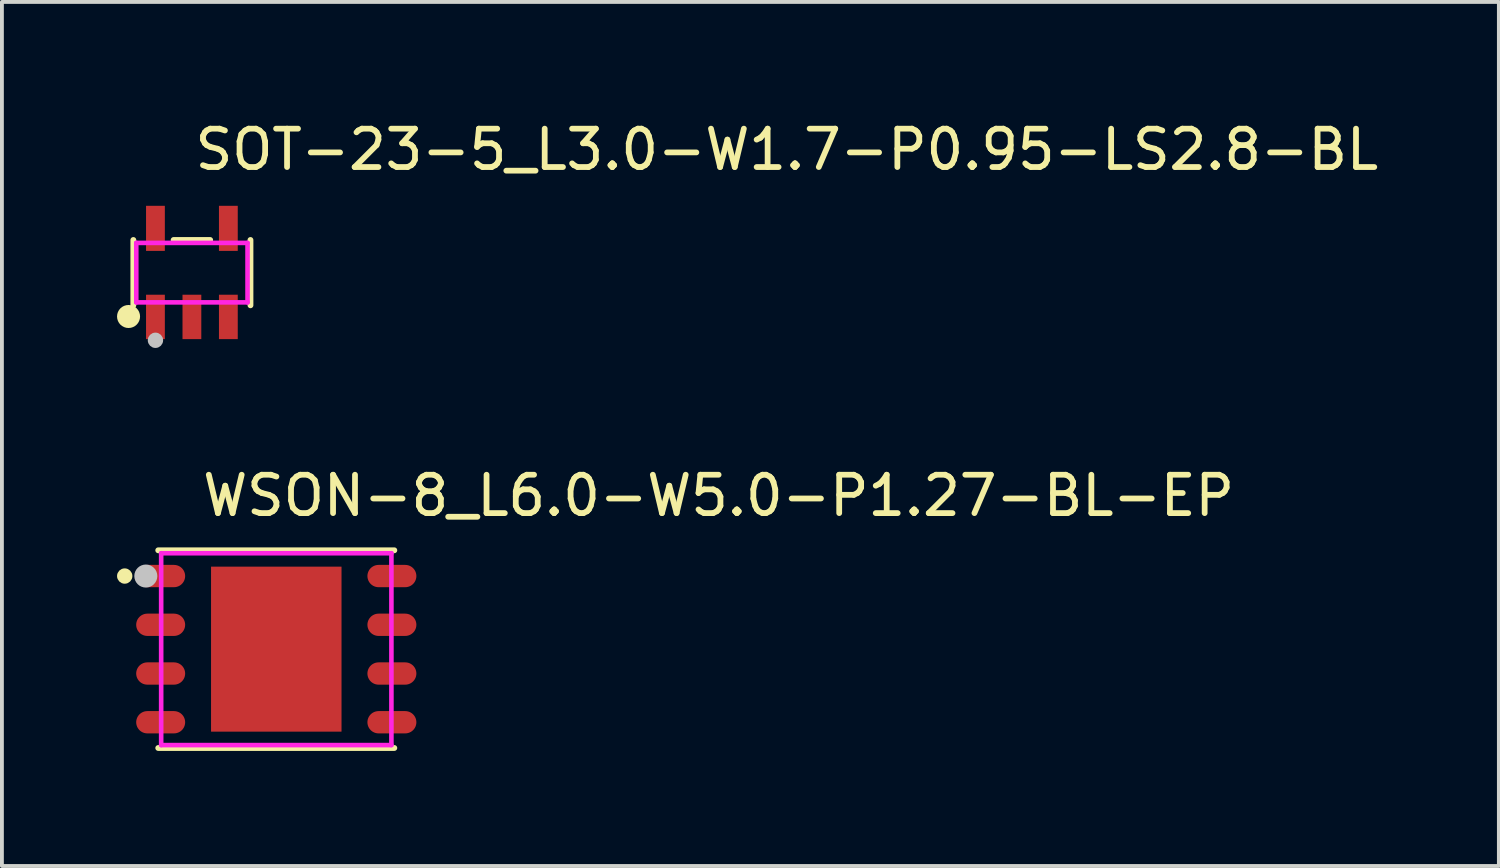
<source format=kicad_pcb>
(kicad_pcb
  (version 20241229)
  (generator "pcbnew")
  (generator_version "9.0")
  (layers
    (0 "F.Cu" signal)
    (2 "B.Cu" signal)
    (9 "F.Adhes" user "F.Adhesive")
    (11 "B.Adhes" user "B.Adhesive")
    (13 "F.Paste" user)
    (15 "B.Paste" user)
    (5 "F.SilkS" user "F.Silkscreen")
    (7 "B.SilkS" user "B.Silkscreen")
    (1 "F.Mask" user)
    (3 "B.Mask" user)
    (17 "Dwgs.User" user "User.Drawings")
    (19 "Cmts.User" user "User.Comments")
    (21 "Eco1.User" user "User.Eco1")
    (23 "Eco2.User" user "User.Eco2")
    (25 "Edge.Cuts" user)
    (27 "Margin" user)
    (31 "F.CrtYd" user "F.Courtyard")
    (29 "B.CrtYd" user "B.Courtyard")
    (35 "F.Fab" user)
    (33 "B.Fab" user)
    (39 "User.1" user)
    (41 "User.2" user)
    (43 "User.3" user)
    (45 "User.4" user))
  (footprint "SOT-23-5_L3.0-W1.7-P0.95-LS2.8-BL"
    (layer "F.Cu")
    (at 1.951 4.055)
    (property "Reference" "SOT-23-5_L3.0-W1.7-P0.95-LS2.8-BL" (at 0 -3.207 0) (layer "F.SilkS") (effects (font (size 1 1) (thickness 0.15)) (justify left)))
    (attr through_hole)
    (fp_line (start -1.526 0.851) (end -1.526 -0.851) (stroke (width 0.152) (type solid)) (layer "F.SilkS"))
    (fp_line (start 0.476 -0.851) (end -0.476 -0.851) (stroke (width 0.152) (type solid)) (layer "F.SilkS"))
    (fp_line (start 1.526 0.851) (end 1.526 -0.851) (stroke (width 0.152) (type solid)) (layer "F.SilkS"))
    (fp_circle (center -1.651 1.143) (end -1.501 1.143) (stroke (width 0.3) (type solid)) (fill no) (layer "F.SilkS"))
    (fp_circle (center -0.95 1.763) (end -0.85 1.763) (stroke (width 0.2) (type solid)) (fill no) (layer "Dwgs.User"))
    (fp_line (start -1.125 -1.01) (end -0.775 -1.01) (stroke (width 0.12) (type solid)) (layer "Eco2.User"))
    (fp_line (start -1.125 -0.74) (end -1.125 -1.01) (stroke (width 0.12) (type solid)) (layer "Eco2.User"))
    (fp_line (start -1.125 0.74) (end -0.775 0.74) (stroke (width 0.12) (type solid)) (layer "Eco2.User"))
    (fp_line (start -1.125 1.01) (end -1.125 0.74) (stroke (width 0.12) (type solid)) (layer "Eco2.User"))
    (fp_line (start -0.775 -1.01) (end -0.775 -0.74) (stroke (width 0.12) (type solid)) (layer "Eco2.User"))
    (fp_line (start -0.775 -0.74) (end -1.125 -0.74) (stroke (width 0.12) (type solid)) (layer "Eco2.User"))
    (fp_line (start -0.775 0.74) (end -0.775 1.01) (stroke (width 0.12) (type solid)) (layer "Eco2.User"))
    (fp_line (start -0.775 1.01) (end -1.125 1.01) (stroke (width 0.12) (type solid)) (layer "Eco2.User"))
    (fp_line (start -0.175 0.74) (end 0.175 0.74) (stroke (width 0.12) (type solid)) (layer "Eco2.User"))
    (fp_line (start -0.175 1.01) (end -0.175 0.74) (stroke (width 0.12) (type solid)) (layer "Eco2.User"))
    (fp_line (start 0.175 0.74) (end 0.175 1.01) (stroke (width 0.12) (type solid)) (layer "Eco2.User"))
    (fp_line (start 0.175 1.01) (end -0.175 1.01) (stroke (width 0.12) (type solid)) (layer "Eco2.User"))
    (fp_line (start 0.775 -1.01) (end 1.125 -1.01) (stroke (width 0.12) (type solid)) (layer "Eco2.User"))
    (fp_line (start 0.775 -0.74) (end 0.775 -1.01) (stroke (width 0.12) (type solid)) (layer "Eco2.User"))
    (fp_line (start 0.775 0.74) (end 1.125 0.74) (stroke (width 0.12) (type solid)) (layer "Eco2.User"))
    (fp_line (start 0.775 1.01) (end 0.775 0.74) (stroke (width 0.12) (type solid)) (layer "Eco2.User"))
    (fp_line (start 1.125 -1.01) (end 1.125 -0.74) (stroke (width 0.12) (type solid)) (layer "Eco2.User"))
    (fp_line (start 1.125 -0.74) (end 0.775 -0.74) (stroke (width 0.12) (type solid)) (layer "Eco2.User"))
    (fp_line (start 1.125 0.74) (end 1.125 1.01) (stroke (width 0.12) (type solid)) (layer "Eco2.User"))
    (fp_line (start 1.125 1.01) (end 0.775 1.01) (stroke (width 0.12) (type solid)) (layer "Eco2.User"))
    (fp_circle (center -1.42 1.37) (end -1.39 1.37) (stroke (width 0.06) (type solid)) (fill no) (layer "Eco2.User"))
    (fp_poly (pts (xy -1.125 -1) (xy -1.125 -1.4) (xy -0.775 -1.4) (xy -0.775 -1)) (stroke (width 0.12) (type solid)) (fill no) (layer "Eco2.User"))
    (fp_poly (pts (xy -1.125 1.4) (xy -1.125 1) (xy -0.775 1) (xy -0.775 1.4)) (stroke (width 0.12) (type solid)) (fill no) (layer "Eco2.User"))
    (fp_poly (pts (xy -0.175 1.4) (xy -0.175 1) (xy 0.175 1) (xy 0.175 1.4)) (stroke (width 0.12) (type solid)) (fill no) (layer "Eco2.User"))
    (fp_poly (pts (xy 0.775 -1) (xy 0.775 -1.4) (xy 1.125 -1.4) (xy 1.125 -1)) (stroke (width 0.12) (type solid)) (fill no) (layer "Eco2.User"))
    (fp_poly (pts (xy 0.775 1.4) (xy 0.775 1) (xy 1.125 1) (xy 1.125 1.4)) (stroke (width 0.12) (type solid)) (fill no) (layer "Eco2.User"))
    (fp_line (start -1.45 -0.775) (end 1.45 -0.775) (stroke (width 0.12) (type solid)) (layer "F.CrtYd"))
    (fp_line (start -1.45 0.775) (end -1.45 -0.775) (stroke (width 0.12) (type solid)) (layer "F.CrtYd"))
    (fp_line (start 1.45 -0.775) (end 1.45 0.775) (stroke (width 0.12) (type solid)) (layer "F.CrtYd"))
    (fp_line (start 1.45 0.775) (end -1.45 0.775) (stroke (width 0.12) (type solid)) (layer "F.CrtYd"))
    (pad "1" smd rect (at -0.95 1.154) (size 0.49 1.157) (layers "F.Cu" "F.Mask" "F.Paste"))
    (pad "2" smd rect (at 0 1.154) (size 0.49 1.157) (layers "F.Cu" "F.Mask" "F.Paste"))
    (pad "3" smd rect (at 0.95 1.154) (size 0.49 1.157) (layers "F.Cu" "F.Mask" "F.Paste"))
    (pad "4" smd rect (at 0.95 -1.154) (size 0.49 1.175) (layers "F.Cu" "F.Mask" "F.Paste"))
    (pad "5" smd rect (at -0.95 -1.154) (size 0.49 1.175) (layers "F.Cu" "F.Mask" "F.Paste")))
  (footprint "WSON-8_L6.0-W5.0-P1.27-BL-EP"
    (layer "F.Cu")
    (at 4.15 13.867)
    (property "Reference" "WSON-8_L6.0-W5.0-P1.27-BL-EP" (at -2 -4 180) (layer "F.SilkS") (effects (font (size 1 1) (thickness 0.15)) (justify left)))
    (attr through_hole)
    (fp_line (start -3.076 -2.576) (end 3.076 -2.576) (stroke (width 0.152) (type solid)) (layer "F.SilkS"))
    (fp_line (start 3.076 2.576) (end -3.076 2.576) (stroke (width 0.152) (type solid)) (layer "F.SilkS"))
    (fp_circle (center -3.95 -1.905) (end -3.95 -1.805) (stroke (width 0.2) (type solid)) (fill no) (layer "F.SilkS"))
    (fp_circle (center -3.4 -1.905) (end -3.4 -1.755) (stroke (width 0.3) (type solid)) (fill no) (layer "Dwgs.User"))
    (fp_rect (start -3 -2.112) (end -2.4 -1.698) (stroke (width 0.12) (type solid)) (fill no) (layer "Eco2.User"))
    (fp_rect (start -3 -0.842) (end -2.4 -0.428) (stroke (width 0.12) (type solid)) (fill no) (layer "Eco2.User"))
    (fp_rect (start -3 0.428) (end -2.4 0.842) (stroke (width 0.12) (type solid)) (fill no) (layer "Eco2.User"))
    (fp_rect (start -3 1.698) (end -2.4 2.112) (stroke (width 0.12) (type solid)) (fill no) (layer "Eco2.User"))
    (fp_rect (start 2.4 -2.112) (end 3 -1.698) (stroke (width 0.12) (type solid)) (fill no) (layer "Eco2.User"))
    (fp_rect (start 2.4 -0.842) (end 3 -0.428) (stroke (width 0.12) (type solid)) (fill no) (layer "Eco2.User"))
    (fp_rect (start 2.4 0.428) (end 3 0.842) (stroke (width 0.12) (type solid)) (fill no) (layer "Eco2.User"))
    (fp_rect (start 2.4 1.698) (end 3 2.112) (stroke (width 0.12) (type solid)) (fill no) (layer "Eco2.User"))
    (fp_circle (center -3 -2.5) (end -3 -2.47) (stroke (width 0.06) (type solid)) (fill no) (layer "Eco2.User"))
    (fp_poly (pts (xy -1.02 -2.15) (xy 1.7 -2.15) (xy 1.7 2.15) (xy -1.7 2.15) (xy -1.7 -1.47)) (stroke (width 0.12) (type solid)) (fill no) (layer "Eco2.User"))
    (fp_line (start -3 -2.5) (end 3 -2.5) (stroke (width 0.12) (type solid)) (layer "F.CrtYd"))
    (fp_line (start -3 2.5) (end -3 -2.5) (stroke (width 0.12) (type solid)) (layer "F.CrtYd"))
    (fp_line (start 3 -2.5) (end 3 2.5) (stroke (width 0.12) (type solid)) (layer "F.CrtYd"))
    (fp_line (start 3 2.5) (end -3 2.5) (stroke (width 0.12) (type solid)) (layer "F.CrtYd"))
    (pad "1" smd oval (at -3.013 -1.905 270) (size 0.581 1.276) (layers "F.Cu" "F.Mask" "F.Paste"))
    (pad "2" smd oval (at -3.013 -0.635 270) (size 0.581 1.276) (layers "F.Cu" "F.Mask" "F.Paste"))
    (pad "3" smd oval (at -3.013 0.635 270) (size 0.581 1.276) (layers "F.Cu" "F.Mask" "F.Paste"))
    (pad "4" smd oval (at -3.013 1.905 270) (size 0.581 1.276) (layers "F.Cu" "F.Mask" "F.Paste"))
    (pad "5" smd oval (at 3.013 1.905 270) (size 0.581 1.276) (layers "F.Cu" "F.Mask" "F.Paste"))
    (pad "6" smd oval (at 3.013 0.635 270) (size 0.581 1.276) (layers "F.Cu" "F.Mask" "F.Paste"))
    (pad "7" smd oval (at 3.013 -0.635 270) (size 0.581 1.276) (layers "F.Cu" "F.Mask" "F.Paste"))
    (pad "8" smd oval (at 3.013 -1.905 270) (size 0.581 1.276) (layers "F.Cu" "F.Mask" "F.Paste"))
    (pad "9" smd rect (at 0 0 270) (size 4.3 3.4) (layers "F.Cu" "F.Mask" "F.Paste")))
  (gr_rect
    (start -3 -3)
    (end 36.011 19.518)
    (stroke (width 0.1) (type default))
    (fill no)
    (layer "Edge.Cuts")))
</source>
